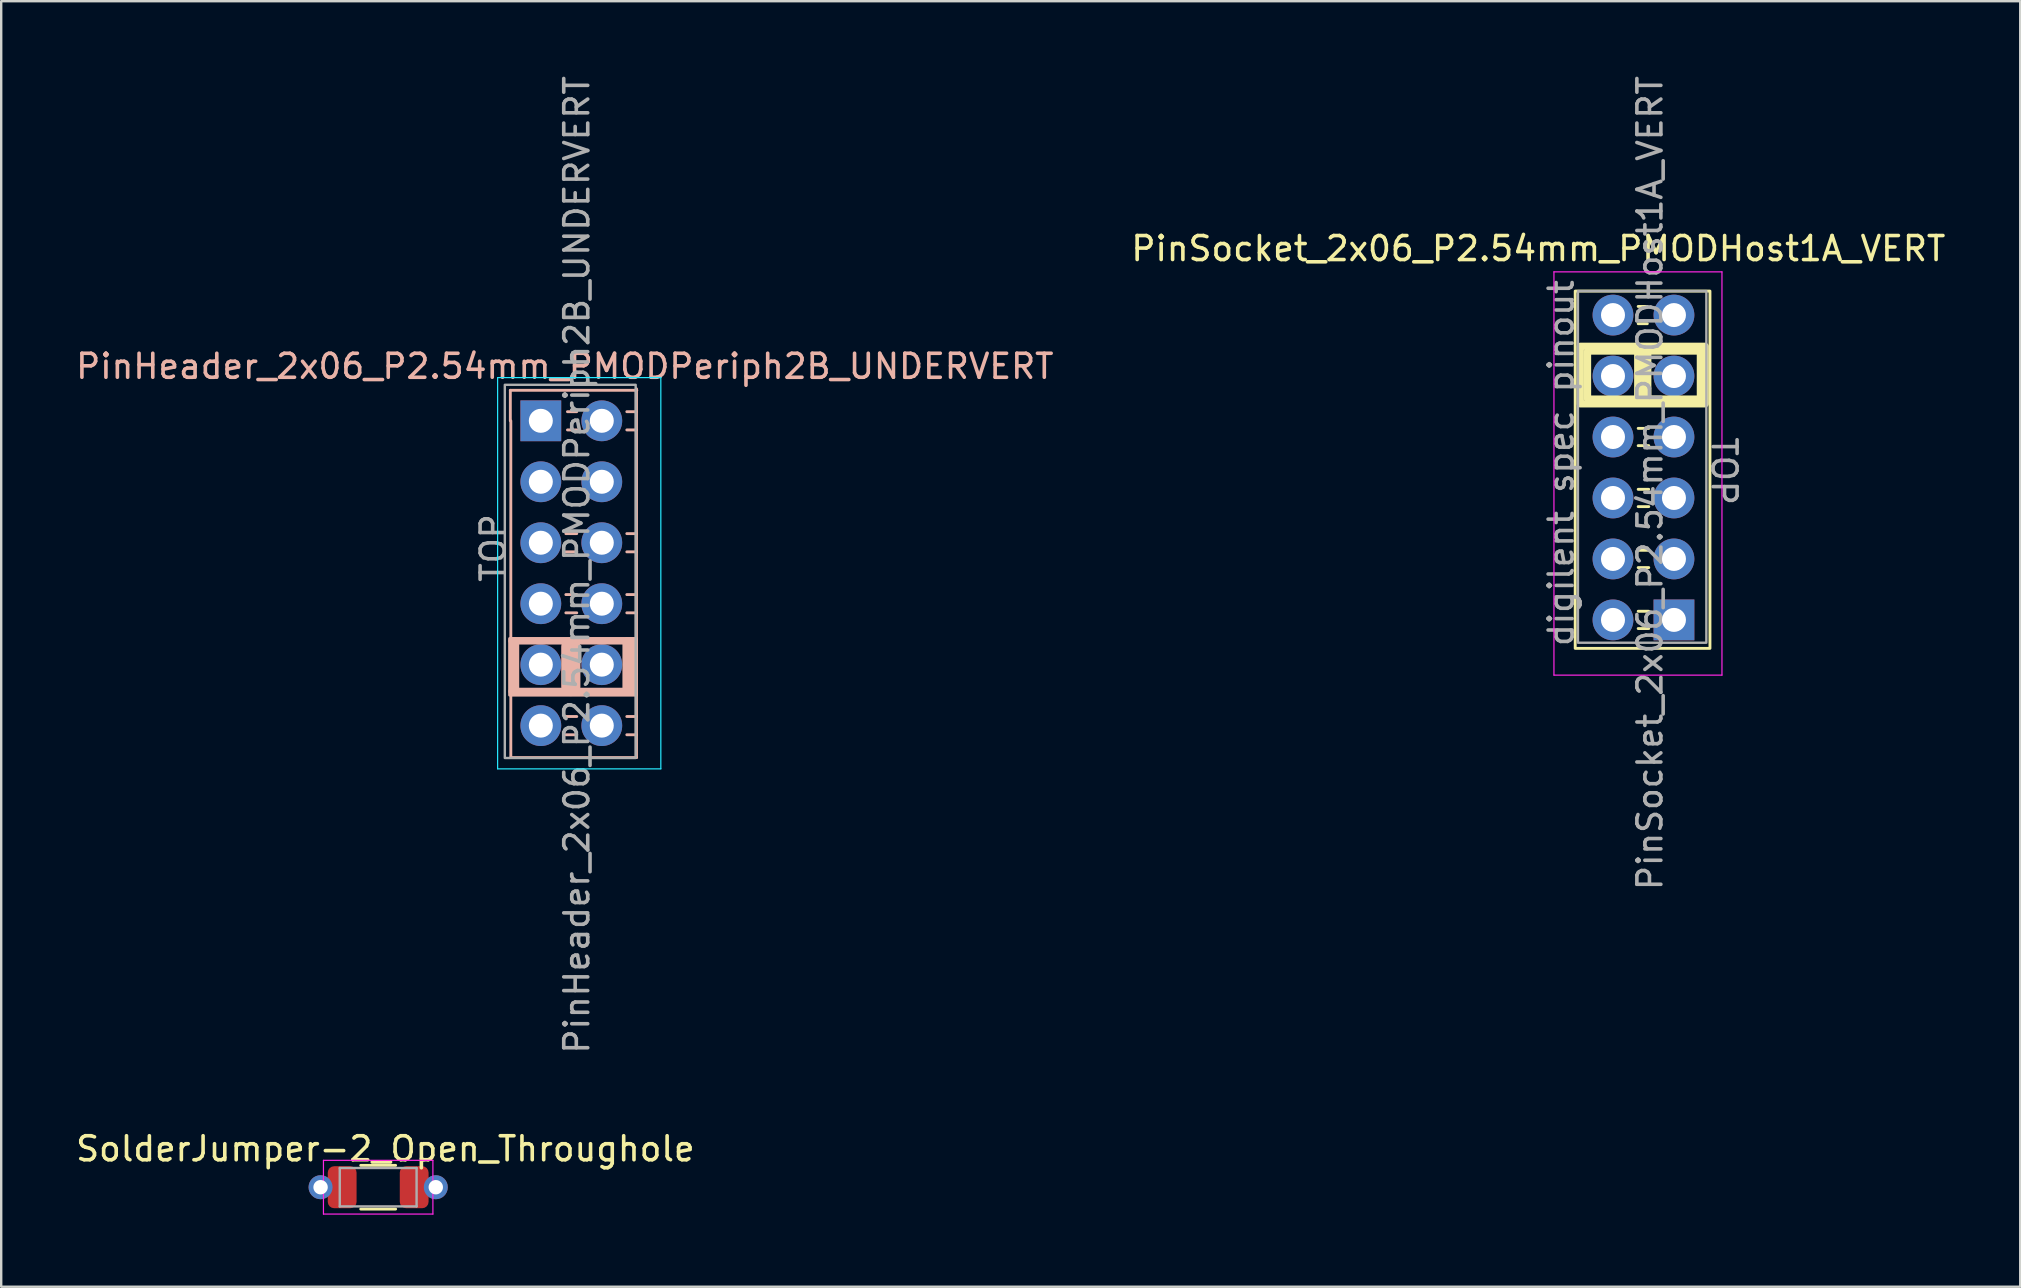
<source format=kicad_pcb>
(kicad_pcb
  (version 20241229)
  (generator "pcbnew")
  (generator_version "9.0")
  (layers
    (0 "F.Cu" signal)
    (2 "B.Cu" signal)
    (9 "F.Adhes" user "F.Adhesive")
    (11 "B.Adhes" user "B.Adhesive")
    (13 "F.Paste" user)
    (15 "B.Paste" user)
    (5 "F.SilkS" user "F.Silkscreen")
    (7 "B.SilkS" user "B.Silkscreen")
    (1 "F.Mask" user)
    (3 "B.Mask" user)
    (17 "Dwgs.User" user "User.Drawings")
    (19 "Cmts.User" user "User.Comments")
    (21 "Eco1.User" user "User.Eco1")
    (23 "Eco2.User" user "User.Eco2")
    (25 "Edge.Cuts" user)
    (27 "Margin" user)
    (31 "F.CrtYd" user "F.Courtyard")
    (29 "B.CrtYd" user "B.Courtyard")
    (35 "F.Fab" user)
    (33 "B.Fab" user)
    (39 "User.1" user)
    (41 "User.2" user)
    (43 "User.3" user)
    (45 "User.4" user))
  (footprint "PinHeader_2x06_P2.54mm_PMODPeriph2B_UNDERVERT"
    (layer "F.Cu")
    (at 19.482 14.482)
    (property "Reference" "PinHeader_2x06_P2.54mm_PMODPeriph2B_UNDERVERT" (at 1 -2.27 0) (layer "B.SilkS") (effects (font (size 1 1) (thickness 0.15))))
    (attr through_hole)
    (fp_line (start -1.27 -1.27) (end 4 -1.27) (stroke (width 0.12) (type solid)) (layer "B.SilkS"))
    (fp_line (start -1.27 0) (end -1.27 -1.27) (stroke (width 0.12) (type solid)) (layer "B.SilkS"))
    (fp_line (start -1.25 14.03) (end -1.25 0) (stroke (width 0.12) (type default)) (layer "B.SilkS"))
    (fp_line (start -1.2 9.17) (end 3.85 9.17) (stroke (width 0.3) (type default)) (layer "B.SilkS"))
    (fp_line (start -1.2 11.27) (end 3.85 11.27) (stroke (width 0.3) (type default)) (layer "B.SilkS"))
    (fp_line (start -1.1 9.22) (end -1.1 11.22) (stroke (width 0.4) (type default)) (layer "B.SilkS"))
    (fp_line (start 1.043 4.7) (end 1.497 4.7) (stroke (width 0.12) (type solid)) (layer "B.SilkS"))
    (fp_line (start 1.043 5.46) (end 1.497 5.46) (stroke (width 0.12) (type solid)) (layer "B.SilkS"))
    (fp_line (start 1.043 7.24) (end 1.497 7.24) (stroke (width 0.12) (type solid)) (layer "B.SilkS"))
    (fp_line (start 1.043 8) (end 1.497 8) (stroke (width 0.12) (type solid)) (layer "B.SilkS"))
    (fp_line (start 1.043 9.78) (end 1.497 9.78) (stroke (width 0.12) (type solid)) (layer "B.SilkS"))
    (fp_line (start 1.043 9.78) (end 1.497 9.78) (stroke (width 0.12) (type solid)) (layer "B.SilkS"))
    (fp_line (start 1.043 10.54) (end 1.497 10.54) (stroke (width 0.12) (type solid)) (layer "B.SilkS"))
    (fp_line (start 1.043 10.54) (end 1.497 10.54) (stroke (width 0.12) (type solid)) (layer "B.SilkS"))
    (fp_line (start 1.043 12.32) (end 1.497 12.32) (stroke (width 0.12) (type solid)) (layer "B.SilkS"))
    (fp_line (start 1.043 13.08) (end 1.497 13.08) (stroke (width 0.12) (type solid)) (layer "B.SilkS"))
    (fp_line (start 1.11 -0.38) (end 1.497 -0.38) (stroke (width 0.12) (type solid)) (layer "B.SilkS"))
    (fp_line (start 1.11 0.38) (end 1.497 0.38) (stroke (width 0.12) (type solid)) (layer "B.SilkS"))
    (fp_line (start 1.25 9.42) (end 1.25 11.07) (stroke (width 0.8) (type default)) (layer "B.SilkS"))
    (fp_line (start 3.583 -0.38) (end 3.98 -0.38) (stroke (width 0.12) (type solid)) (layer "B.SilkS"))
    (fp_line (start 3.583 0.38) (end 3.98 0.38) (stroke (width 0.12) (type solid)) (layer "B.SilkS"))
    (fp_line (start 3.583 4.7) (end 3.98 4.7) (stroke (width 0.12) (type solid)) (layer "B.SilkS"))
    (fp_line (start 3.583 5.46) (end 3.98 5.46) (stroke (width 0.12) (type solid)) (layer "B.SilkS"))
    (fp_line (start 3.583 7.24) (end 3.98 7.24) (stroke (width 0.12) (type solid)) (layer "B.SilkS"))
    (fp_line (start 3.583 8) (end 3.98 8) (stroke (width 0.12) (type solid)) (layer "B.SilkS"))
    (fp_line (start 3.583 9.78) (end 3.98 9.78) (stroke (width 0.12) (type solid)) (layer "B.SilkS"))
    (fp_line (start 3.583 9.78) (end 3.98 9.78) (stroke (width 0.12) (type solid)) (layer "B.SilkS"))
    (fp_line (start 3.583 10.54) (end 3.98 10.54) (stroke (width 0.12) (type solid)) (layer "B.SilkS"))
    (fp_line (start 3.583 10.54) (end 3.98 10.54) (stroke (width 0.12) (type solid)) (layer "B.SilkS"))
    (fp_line (start 3.583 12.32) (end 3.98 12.32) (stroke (width 0.12) (type solid)) (layer "B.SilkS"))
    (fp_line (start 3.583 13.08) (end 3.98 13.08) (stroke (width 0.12) (type solid)) (layer "B.SilkS"))
    (fp_line (start 3.6 9.22) (end 3.6 11.22) (stroke (width 0.4) (type default)) (layer "B.SilkS"))
    (fp_line (start 3.75 9.22) (end 3.75 11.22) (stroke (width 0.4) (type default)) (layer "B.SilkS"))
    (fp_line (start 3.98 -1.33) (end 3.98 14.03) (stroke (width 0.12) (type solid)) (layer "B.SilkS"))
    (fp_line (start 3.98 -1.33) (end 3.98 14.03) (stroke (width 0.12) (type solid)) (layer "B.SilkS"))
    (fp_line (start 3.98 14.03) (end -1.25 14.03) (stroke (width 0.12) (type default)) (layer "B.SilkS"))
    (fp_rect (start -1.3 9.07) (end 3.98 11.43) (stroke (width 0.12) (type default)) (fill no) (layer "B.SilkS"))
    (fp_line (start -1.8 -1.8) (end -1.8 14.5) (stroke (width 0.05) (type solid)) (layer "B.CrtYd"))
    (fp_line (start -1.8 14.5) (end 5 14.5) (stroke (width 0.05) (type solid)) (layer "B.CrtYd"))
    (fp_line (start 5 -1.8) (end -1.8 -1.8) (stroke (width 0.05) (type solid)) (layer "B.CrtYd"))
    (fp_line (start 5 14.5) (end 5 -1.8) (stroke (width 0.05) (type solid)) (layer "B.CrtYd"))
    (fp_rect (start -1.5 -1.5) (end 3.952 14.048) (stroke (width 0.1) (type default)) (fill no) (layer "F.Fab"))
    (fp_text user "${REFERENCE}" (at 1.5 6 90) (layer "F.Fab") (effects (font (size 1 1) (thickness 0.15))))
    (fp_text user "TOP" (at -1.4 6.8 90) (unlocked yes) (layer "F.Fab") (effects (font (size 1 1) (thickness 0.15)) (justify left bottom)))
    (pad "1" thru_hole rect (at 0 0) (size 1.7 1.7) (drill 1) (layers "*.Cu" "*.Mask"))
    (pad "2" thru_hole oval (at 0 2.54) (size 1.7 1.7) (drill 1) (layers "*.Cu" "*.Mask"))
    (pad "3" thru_hole oval (at 0 5.08) (size 1.7 1.7) (drill 1) (layers "*.Cu" "*.Mask"))
    (pad "4" thru_hole oval (at 0 7.62) (size 1.7 1.7) (drill 1) (layers "*.Cu" "*.Mask"))
    (pad "5" thru_hole oval (at 0 10.16) (size 1.7 1.7) (drill 1) (layers "*.Cu" "*.Mask"))
    (pad "6" thru_hole circle (at 0 12.7) (size 1.7 1.7) (drill 1) (layers "*.Cu" "*.Mask"))
    (pad "7" thru_hole oval (at 2.54 0) (size 1.7 1.7) (drill 1) (layers "*.Cu" "*.Mask"))
    (pad "8" thru_hole oval (at 2.54 2.54) (size 1.7 1.7) (drill 1) (layers "*.Cu" "*.Mask"))
    (pad "9" thru_hole oval (at 2.54 5.08) (size 1.7 1.7) (drill 1) (layers "*.Cu" "*.Mask"))
    (pad "10" thru_hole oval (at 2.54 7.62) (size 1.7 1.7) (drill 1) (layers "*.Cu" "*.Mask"))
    (pad "11" thru_hole oval (at 2.54 10.16) (size 1.7 1.7) (drill 1) (layers "*.Cu" "*.Mask"))
    (pad "12" thru_hole oval (at 2.54 12.7) (size 1.7 1.7) (drill 1) (layers "*.Cu" "*.Mask")))
  (footprint "SolderJumper-2_Open_Throughole"
    (layer "F.Cu")
    (at 12.706 46.413)
    (property "Reference" "SolderJumper-2_Open_Throughole" (at 0.3 -1.6 0) (unlocked yes) (layer "F.SilkS") (effects (font (size 1 1) (thickness 0.15))))
    (attr smd)
    (fp_line (start -0.727 -0.91) (end 0.727 -0.91) (stroke (width 0.12) (type solid)) (layer "F.SilkS"))
    (fp_line (start -0.727 0.91) (end 0.727 0.91) (stroke (width 0.12) (type solid)) (layer "F.SilkS"))
    (fp_line (start -2.28 -1.12) (end 2.28 -1.12) (stroke (width 0.05) (type solid)) (layer "F.CrtYd"))
    (fp_line (start -2.28 1.12) (end -2.28 -1.12) (stroke (width 0.05) (type solid)) (layer "F.CrtYd"))
    (fp_line (start 2.28 -1.12) (end 2.28 1.12) (stroke (width 0.05) (type solid)) (layer "F.CrtYd"))
    (fp_line (start 2.28 1.12) (end -2.28 1.12) (stroke (width 0.05) (type solid)) (layer "F.CrtYd"))
    (fp_line (start -1.6 -0.8) (end 1.6 -0.8) (stroke (width 0.1) (type solid)) (layer "F.Fab"))
    (fp_line (start -1.6 0.8) (end -1.6 -0.8) (stroke (width 0.1) (type solid)) (layer "F.Fab"))
    (fp_line (start 1.6 -0.8) (end 1.6 0.8) (stroke (width 0.1) (type solid)) (layer "F.Fab"))
    (fp_line (start 1.6 0.8) (end -1.6 0.8) (stroke (width 0.1) (type solid)) (layer "F.Fab"))
    (pad "1" thru_hole circle (at -2.4 0) (size 1 1) (drill 0.6) (layers "*.Cu" "*.Mask"))
    (pad "1" smd roundrect (at -1.5 0) (size 1.2 1.75) (layers "F.Cu" "F.Mask" "F.Paste") (roundrect_rratio 0.222))
    (pad "2" smd roundrect (at 1.5 0) (size 1.2 1.75) (layers "F.Cu" "F.Mask" "F.Paste") (roundrect_rratio 0.222))
    (pad "2" thru_hole circle (at 2.4 0) (size 1 1) (drill 0.6) (layers "*.Cu" "*.Mask")))
  (footprint "PinSocket_2x06_P2.54mm_PMODHost1A_VERT"
    (layer "F.Cu")
    (at 66.692 10.077)
    (property "Reference" "PinSocket_2x06_P2.54mm_PMODHost1A_VERT" (at -5.65 -2.77 0) (layer "F.SilkS") (effects (font (size 1 1) (thickness 0.15))))
    (attr through_hole)
    (fp_line (start -1.49 -0.36) (end -1.11 -0.36) (stroke (width 0.12) (type solid)) (layer "F.SilkS"))
    (fp_line (start -1.49 0.36) (end -1.11 0.36) (stroke (width 0.12) (type solid)) (layer "F.SilkS"))
    (fp_line (start -1.49 2.18) (end -1.05 2.18) (stroke (width 0.12) (type solid)) (layer "F.SilkS"))
    (fp_line (start -1.49 2.9) (end -1.05 2.9) (stroke (width 0.12) (type solid)) (layer "F.SilkS"))
    (fp_line (start -1.49 4.72) (end -1.05 4.72) (stroke (width 0.12) (type solid)) (layer "F.SilkS"))
    (fp_line (start -1.49 5.44) (end -1.05 5.44) (stroke (width 0.12) (type solid)) (layer "F.SilkS"))
    (fp_line (start -1.49 7.26) (end -1.05 7.26) (stroke (width 0.12) (type solid)) (layer "F.SilkS"))
    (fp_line (start -1.49 7.98) (end -1.05 7.98) (stroke (width 0.12) (type solid)) (layer "F.SilkS"))
    (fp_line (start -1.49 9.8) (end -1.05 9.8) (stroke (width 0.12) (type solid)) (layer "F.SilkS"))
    (fp_line (start -1.49 10.52) (end -1.05 10.52) (stroke (width 0.12) (type solid)) (layer "F.SilkS"))
    (fp_line (start -1.49 12.34) (end -1.05 12.34) (stroke (width 0.12) (type solid)) (layer "F.SilkS"))
    (fp_line (start -1.49 13.06) (end -1.05 13.06) (stroke (width 0.12) (type solid)) (layer "F.SilkS"))
    (fp_rect (start -4.114 -1) (end 1.5 13.886) (stroke (width 0.12) (type default)) (fill no) (layer "F.SilkS"))
    (fp_rect (start -3.9 1.3) (end 1.3 3.7) (stroke (width 0.3) (type solid)) (fill no) (layer "F.SilkS"))
    (fp_rect (start -3.6 1.5) (end 1.1 3.5) (stroke (width 0.3) (type solid)) (fill no) (layer "F.SilkS"))
    (fp_rect (start -1.6 1.5) (end -1 3.5) (stroke (width 0.12) (type solid)) (fill yes) (layer "F.SilkS"))
    (fp_line (start -5 -1.8) (end -5 15) (stroke (width 0.05) (type solid)) (layer "F.CrtYd"))
    (fp_line (start -5 15) (end 2 15) (stroke (width 0.05) (type solid)) (layer "F.CrtYd"))
    (fp_line (start 2 -1.8) (end -5 -1.8) (stroke (width 0.05) (type solid)) (layer "F.CrtYd"))
    (fp_line (start 2 15) (end 2 -1.8) (stroke (width 0.05) (type solid)) (layer "F.CrtYd"))
    (fp_rect (start -4 -1) (end 1.35 13.65) (stroke (width 0.1) (type default)) (fill no) (layer "F.Fab"))
    (fp_text user "digilent spec pinout" (at -4.114 13.886 90) (unlocked yes) (layer "F.Fab") (effects (font (size 1 1) (thickness 0.15)) (justify left bottom)))
    (fp_text user "TOP" (at 1.5 5 270) (unlocked yes) (layer "F.Fab") (effects (font (size 1 1) (thickness 0.15)) (justify left bottom)))
    (fp_text user "${REFERENCE}" (at -1 7 90) (layer "F.Fab") (effects (font (size 1 1) (thickness 0.15))))
    (pad "1" thru_hole rect (at 0 12.7) (size 1.7 1.7) (drill 1) (layers "*.Cu" "*.Mask"))
    (pad "2" thru_hole oval (at 0 10.16) (size 1.7 1.7) (drill 1) (layers "*.Cu" "*.Mask"))
    (pad "3" thru_hole oval (at 0 7.62) (size 1.7 1.7) (drill 1) (layers "*.Cu" "*.Mask"))
    (pad "4" thru_hole oval (at 0 5.08) (size 1.7 1.7) (drill 1) (layers "*.Cu" "*.Mask"))
    (pad "5" thru_hole oval (at 0 2.54) (size 1.7 1.7) (drill 1) (layers "*.Cu" "*.Mask"))
    (pad "6" thru_hole circle (at 0 0) (size 1.7 1.7) (drill 1) (layers "*.Cu" "*.Mask"))
    (pad "7" thru_hole oval (at -2.54 12.7) (size 1.7 1.7) (drill 1) (layers "*.Cu" "*.Mask"))
    (pad "8" thru_hole oval (at -2.54 10.16) (size 1.7 1.7) (drill 1) (layers "*.Cu" "*.Mask"))
    (pad "9" thru_hole oval (at -2.54 7.62) (size 1.7 1.7) (drill 1) (layers "*.Cu" "*.Mask"))
    (pad "10" thru_hole oval (at -2.54 5.08) (size 1.7 1.7) (drill 1) (layers "*.Cu" "*.Mask"))
    (pad "11" thru_hole oval (at -2.54 2.54) (size 1.7 1.7) (drill 1) (layers "*.Cu" "*.Mask"))
    (pad "12" thru_hole oval (at -2.54 0) (size 1.7 1.7) (drill 1) (layers "*.Cu" "*.Mask")))
  (gr_rect
    (start -3 -3)
    (end 81.119 50.558)
    (stroke (width 0.1) (type default))
    (fill no)
    (layer "Edge.Cuts")))
</source>
